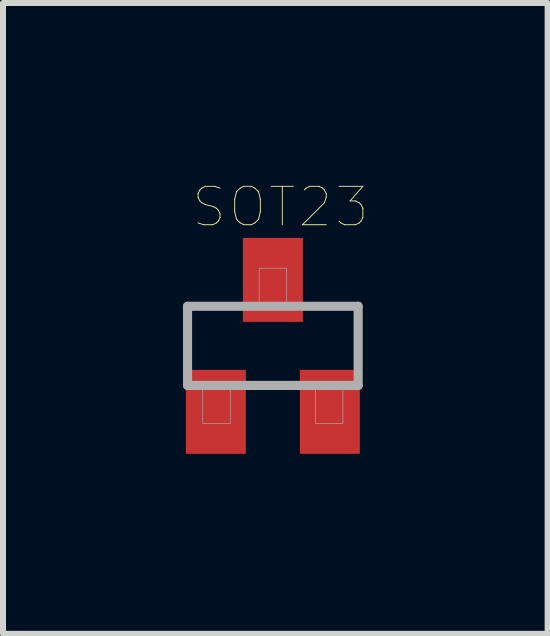
<source format=kicad_pcb>
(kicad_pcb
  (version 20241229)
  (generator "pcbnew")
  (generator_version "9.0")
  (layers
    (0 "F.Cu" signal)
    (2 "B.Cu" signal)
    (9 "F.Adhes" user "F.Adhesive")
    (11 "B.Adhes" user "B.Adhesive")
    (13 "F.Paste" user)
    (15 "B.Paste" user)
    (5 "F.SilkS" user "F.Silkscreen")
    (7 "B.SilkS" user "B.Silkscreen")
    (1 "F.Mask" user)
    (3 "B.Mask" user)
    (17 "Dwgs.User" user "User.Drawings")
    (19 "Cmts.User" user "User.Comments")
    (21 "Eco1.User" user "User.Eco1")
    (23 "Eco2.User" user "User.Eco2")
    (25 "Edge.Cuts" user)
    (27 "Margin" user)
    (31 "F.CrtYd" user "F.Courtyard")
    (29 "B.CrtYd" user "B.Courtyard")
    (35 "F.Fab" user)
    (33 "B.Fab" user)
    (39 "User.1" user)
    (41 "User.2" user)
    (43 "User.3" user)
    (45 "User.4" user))
  (footprint "SOT23"
    (layer "F.Cu")
    (at 1.499 2.716)
    (property "Reference" "SOT23" (at 0.127 -2.315 0) (layer "F.SilkS") (effects (font (size 0.641 0.641) (thickness 0.015))))
    (attr through_hole)
    (fp_line (start -1.422 -0.66) (end 1.422 -0.66) (stroke (width 0.152) (type solid)) (layer "F.Fab"))
    (fp_line (start -1.422 0.66) (end -1.422 -0.66) (stroke (width 0.152) (type solid)) (layer "F.Fab"))
    (fp_line (start 1.422 -0.66) (end 1.422 0.66) (stroke (width 0.152) (type solid)) (layer "F.Fab"))
    (fp_line (start 1.422 0.66) (end -1.422 0.66) (stroke (width 0.152) (type solid)) (layer "F.Fab"))
    (fp_poly (pts (xy -1.169 0.711) (xy -0.711 0.711) (xy -0.711 1.296) (xy -1.169 1.296)) (stroke (width 0.01) (type solid)) (fill no) (layer "F.Fab"))
    (fp_poly (pts (xy -0.229 -1.295) (xy 0.229 -1.295) (xy 0.229 -0.712) (xy -0.229 -0.712)) (stroke (width 0.01) (type solid)) (fill no) (layer "F.Fab"))
    (fp_poly (pts (xy 0.711 0.711) (xy 1.168 0.711) (xy 1.168 1.296) (xy 0.711 1.296)) (stroke (width 0.01) (type solid)) (fill no) (layer "F.Fab"))
    (pad "1" smd rect (at -0.95 1.1) (size 1 1.4) (layers "F.Cu" "F.Mask" "F.Paste"))
    (pad "2" smd rect (at 0.95 1.1) (size 1 1.4) (layers "F.Cu" "F.Mask" "F.Paste"))
    (pad "3" smd rect (at 0 -1.1) (size 1 1.4) (layers "F.Cu" "F.Mask" "F.Paste")))
  (gr_rect
    (start -3 -3)
    (end 6.08 7.516)
    (stroke (width 0.1) (type default))
    (fill no)
    (layer "Edge.Cuts")))
</source>
